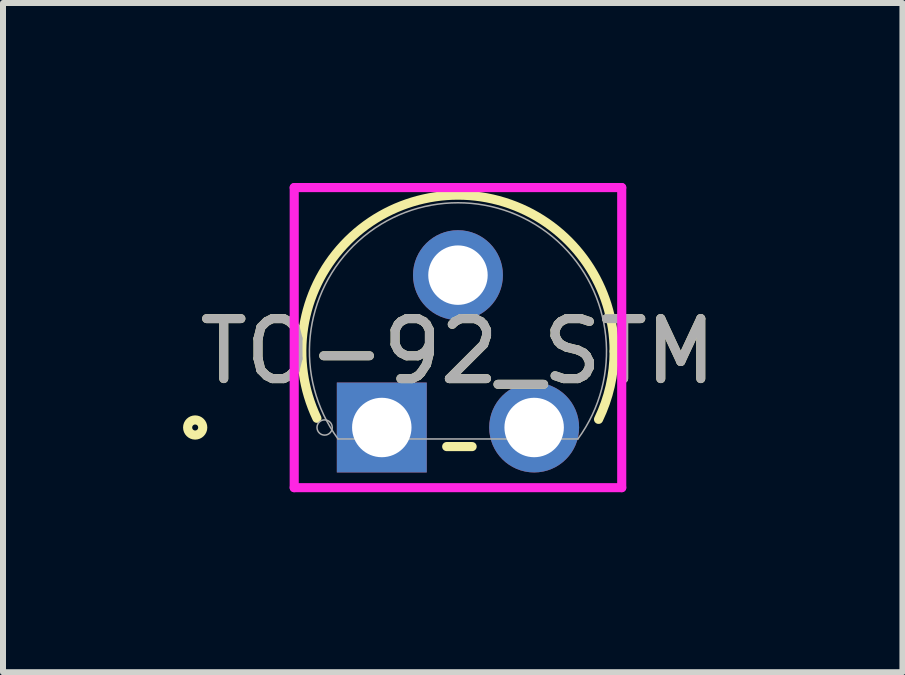
<source format=kicad_pcb>
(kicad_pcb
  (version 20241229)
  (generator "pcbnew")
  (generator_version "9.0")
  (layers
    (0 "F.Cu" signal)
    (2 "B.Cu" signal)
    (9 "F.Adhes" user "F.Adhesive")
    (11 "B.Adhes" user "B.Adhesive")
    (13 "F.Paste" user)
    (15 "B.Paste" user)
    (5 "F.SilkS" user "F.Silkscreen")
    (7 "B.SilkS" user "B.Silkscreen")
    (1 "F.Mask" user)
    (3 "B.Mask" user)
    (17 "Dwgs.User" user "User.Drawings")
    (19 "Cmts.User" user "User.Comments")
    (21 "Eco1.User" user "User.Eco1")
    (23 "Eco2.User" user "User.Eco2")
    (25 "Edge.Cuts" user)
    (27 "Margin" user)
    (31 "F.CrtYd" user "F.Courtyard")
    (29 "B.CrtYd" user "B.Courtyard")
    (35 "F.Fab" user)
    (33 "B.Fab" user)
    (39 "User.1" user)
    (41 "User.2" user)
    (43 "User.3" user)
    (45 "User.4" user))
  (footprint "TO-92_STM"
    (layer "F.Cu")
    (at 3.315 4.077)
    (property "Reference" "TO-92_STM" (at 1.27 -1.27 0) (unlocked yes) (layer "F.SilkS") (effects (font (size 1 1) (thickness 0.15))))
    (attr through_hole)
    (fp_line (start 1.082 0.318) (end 1.506 0.318) (stroke (width 0.152) (type solid)) (layer "F.SilkS"))
    (fp_arc (start -1.08204 -0.153702) (mid 0.697865 -3.809857) (end 3.8735 -1.27) (stroke (width 0.1524) (type solid)) (layer "F.SilkS"))
    (fp_arc (start 3.8735 -1.270001) (mid 3.807663 -0.688209) (end 3.61348 -0.135841) (stroke (width 0.1524) (type solid)) (layer "F.SilkS"))
    (fp_circle (center -3.111 0) (end -2.985 0) (stroke (width 0.152) (type solid)) (fill no) (layer "F.SilkS"))
    (fp_line (start -1.46 -4) (end 4 -4) (stroke (width 0.152) (type solid)) (layer "F.CrtYd"))
    (fp_line (start -1.46 1.003) (end -1.46 -4) (stroke (width 0.152) (type solid)) (layer "F.CrtYd"))
    (fp_line (start 4 -4) (end 4 1.003) (stroke (width 0.152) (type solid)) (layer "F.CrtYd"))
    (fp_line (start 4 1.003) (end -1.46 1.003) (stroke (width 0.152) (type solid)) (layer "F.CrtYd"))
    (fp_line (start -0.73 0.191) (end 3.27 0.191) (stroke (width 0.025) (type solid)) (layer "F.Fab"))
    (fp_line (start -0.254 0) (end 0.254 0) (stroke (width 0.152) (type solid)) (layer "F.Fab"))
    (fp_line (start 0 0.254) (end 0 -0.254) (stroke (width 0.152) (type solid)) (layer "F.Fab"))
    (fp_arc (start -0.729999 0.190499) (mid 1.27 -3.7465) (end 3.269998 0.1905) (stroke (width 0.0254) (type solid)) (layer "F.Fab"))
    (fp_circle (center -0.953 0) (end -0.826 0) (stroke (width 0.025) (type solid)) (fill no) (layer "F.Fab"))
    (fp_text user "${REFERENCE}" (at 1.27 -1.27 0) (unlocked yes) (layer "F.Fab") (effects (font (size 1 1) (thickness 0.15))))
    (pad "1" thru_hole rect (at 0 0) (size 1.499 1.499) (drill 0.991) (layers "*.Cu" "*.Mask"))
    (pad "2" thru_hole circle (at 1.27 -2.54) (size 1.499 1.499) (drill 0.991) (layers "*.Cu" "*.Mask"))
    (pad "3" thru_hole circle (at 2.54 0) (size 1.499 1.499) (drill 0.991) (layers "*.Cu" "*.Mask")))
  (gr_rect
    (start -3 -3)
    (end 11.995 8.156)
    (stroke (width 0.1) (type default))
    (fill no)
    (layer "Edge.Cuts")))
</source>
